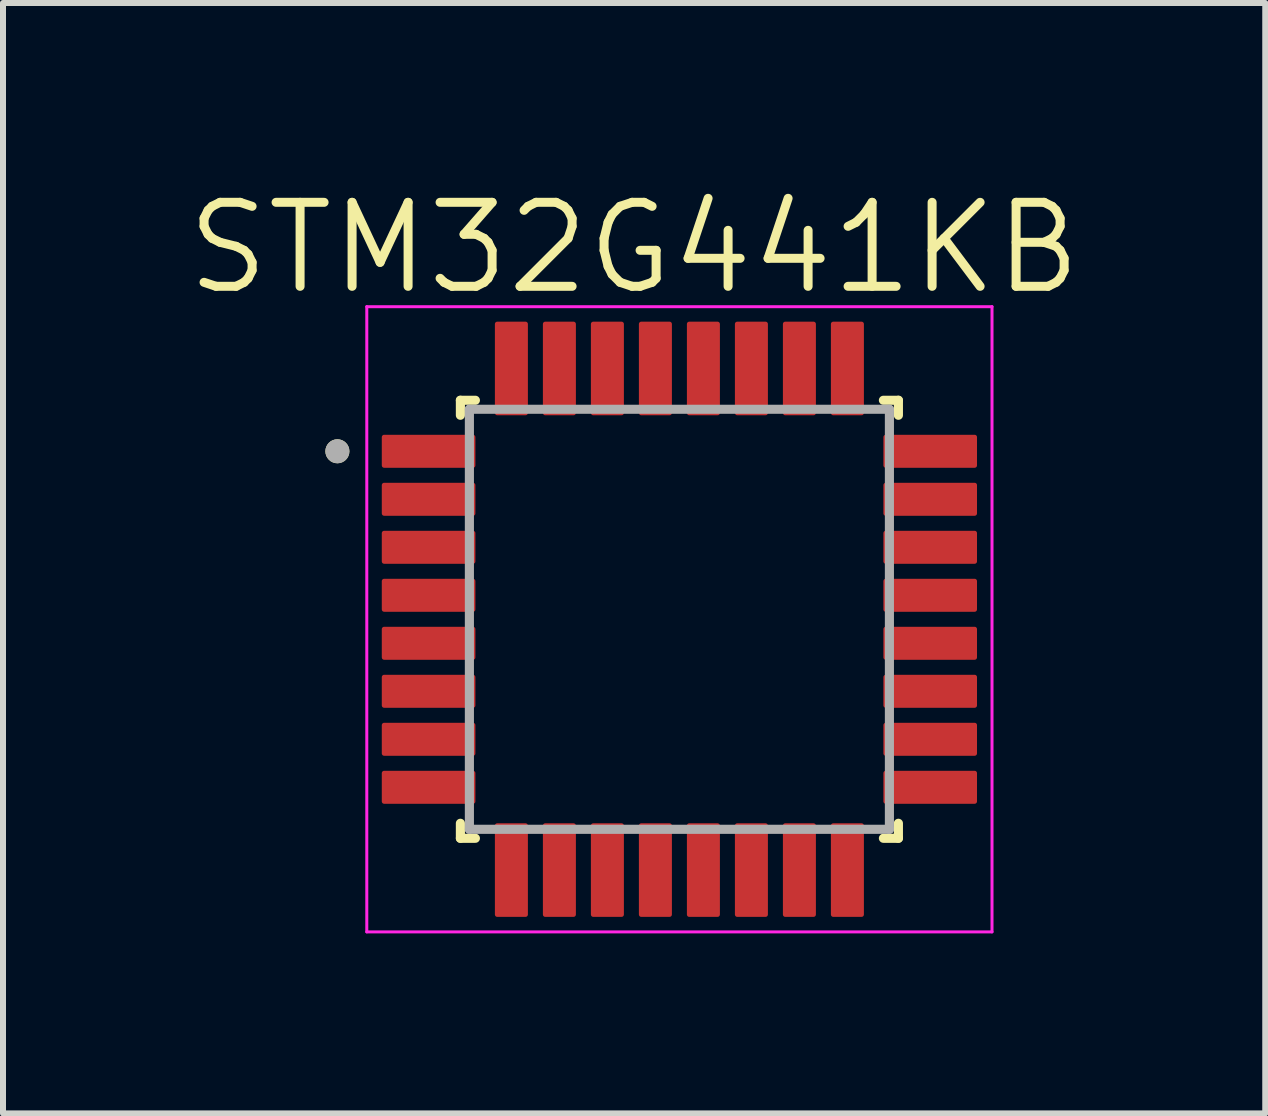
<source format=kicad_pcb>
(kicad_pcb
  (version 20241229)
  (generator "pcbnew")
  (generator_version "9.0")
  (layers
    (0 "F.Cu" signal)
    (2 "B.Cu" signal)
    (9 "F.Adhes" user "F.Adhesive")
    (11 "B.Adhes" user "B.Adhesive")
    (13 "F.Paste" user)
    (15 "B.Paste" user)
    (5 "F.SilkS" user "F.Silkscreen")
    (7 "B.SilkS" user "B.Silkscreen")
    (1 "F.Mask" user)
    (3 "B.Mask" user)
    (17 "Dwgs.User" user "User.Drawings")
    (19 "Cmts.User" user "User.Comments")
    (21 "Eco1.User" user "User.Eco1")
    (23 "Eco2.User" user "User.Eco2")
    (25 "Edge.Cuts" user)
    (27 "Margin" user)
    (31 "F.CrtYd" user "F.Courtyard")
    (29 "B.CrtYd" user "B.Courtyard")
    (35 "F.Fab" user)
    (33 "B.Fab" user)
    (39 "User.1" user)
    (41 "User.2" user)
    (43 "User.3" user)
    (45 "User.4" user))
  (footprint "STM32G441KB"
    (layer "F.Cu")
    (at 8.273 7.271)
    (property "Reference" "STM32G441KB" (at -0.755 -6.189 0) (layer "F.SilkS") (effects (font (size 1.4 1.4) (thickness 0.15))))
    (attr through_hole)
    (fp_line (start -3.65 -3.65) (end -3.4 -3.65) (stroke (width 0.152) (type solid)) (layer "F.SilkS"))
    (fp_line (start -3.65 -3.4) (end -3.65 -3.65) (stroke (width 0.152) (type solid)) (layer "F.SilkS"))
    (fp_line (start -3.65 3.65) (end -3.65 3.4) (stroke (width 0.152) (type solid)) (layer "F.SilkS"))
    (fp_line (start -3.4 3.65) (end -3.65 3.65) (stroke (width 0.152) (type solid)) (layer "F.SilkS"))
    (fp_line (start 3.4 -3.65) (end 3.65 -3.65) (stroke (width 0.152) (type solid)) (layer "F.SilkS"))
    (fp_line (start 3.65 -3.65) (end 3.65 -3.4) (stroke (width 0.152) (type solid)) (layer "F.SilkS"))
    (fp_line (start 3.65 3.4) (end 3.65 3.65) (stroke (width 0.152) (type solid)) (layer "F.SilkS"))
    (fp_line (start 3.65 3.65) (end 3.4 3.65) (stroke (width 0.152) (type solid)) (layer "F.SilkS"))
    (fp_circle (center -5.7 -2.8) (end -5.6 -2.8) (stroke (width 0.2) (type solid)) (fill no) (layer "F.SilkS"))
    (fp_line (start -5.21 -5.21) (end -5.21 5.21) (stroke (width 0.05) (type solid)) (layer "F.CrtYd"))
    (fp_line (start -5.21 5.21) (end 5.21 5.21) (stroke (width 0.05) (type solid)) (layer "F.CrtYd"))
    (fp_line (start 5.21 -5.21) (end -5.21 -5.21) (stroke (width 0.05) (type solid)) (layer "F.CrtYd"))
    (fp_line (start 5.21 5.21) (end 5.21 -5.21) (stroke (width 0.05) (type solid)) (layer "F.CrtYd"))
    (fp_line (start -3.5 -3.5) (end -3.5 3.5) (stroke (width 0.152) (type solid)) (layer "F.Fab"))
    (fp_line (start -3.5 3.5) (end 3.5 3.5) (stroke (width 0.152) (type solid)) (layer "F.Fab"))
    (fp_line (start 3.5 -3.5) (end -3.5 -3.5) (stroke (width 0.152) (type solid)) (layer "F.Fab"))
    (fp_line (start 3.5 3.5) (end 3.5 -3.5) (stroke (width 0.152) (type solid)) (layer "F.Fab"))
    (fp_circle (center -5.7 -2.8) (end -5.6 -2.8) (stroke (width 0.2) (type solid)) (fill no) (layer "F.Fab"))
    (pad "1" smd roundrect (at -4.18 -2.8) (size 1.56 0.55) (layers "F.Cu" "F.Mask" "F.Paste") (roundrect_rratio 0.07))
    (pad "2" smd roundrect (at -4.18 -2) (size 1.56 0.55) (layers "F.Cu" "F.Mask" "F.Paste") (roundrect_rratio 0.07))
    (pad "3" smd roundrect (at -4.18 -1.2) (size 1.56 0.55) (layers "F.Cu" "F.Mask" "F.Paste") (roundrect_rratio 0.07))
    (pad "4" smd roundrect (at -4.18 -0.4) (size 1.56 0.55) (layers "F.Cu" "F.Mask" "F.Paste") (roundrect_rratio 0.07))
    (pad "5" smd roundrect (at -4.18 0.4) (size 1.56 0.55) (layers "F.Cu" "F.Mask" "F.Paste") (roundrect_rratio 0.07))
    (pad "6" smd roundrect (at -4.18 1.2) (size 1.56 0.55) (layers "F.Cu" "F.Mask" "F.Paste") (roundrect_rratio 0.07))
    (pad "7" smd roundrect (at -4.18 2) (size 1.56 0.55) (layers "F.Cu" "F.Mask" "F.Paste") (roundrect_rratio 0.07))
    (pad "8" smd roundrect (at -4.18 2.8) (size 1.56 0.55) (layers "F.Cu" "F.Mask" "F.Paste") (roundrect_rratio 0.07))
    (pad "9" smd roundrect (at -2.8 4.18 90) (size 1.56 0.55) (layers "F.Cu" "F.Mask" "F.Paste") (roundrect_rratio 0.07))
    (pad "10" smd roundrect (at -2 4.18 90) (size 1.56 0.55) (layers "F.Cu" "F.Mask" "F.Paste") (roundrect_rratio 0.07))
    (pad "11" smd roundrect (at -1.2 4.18 90) (size 1.56 0.55) (layers "F.Cu" "F.Mask" "F.Paste") (roundrect_rratio 0.07))
    (pad "12" smd roundrect (at -0.4 4.18 90) (size 1.56 0.55) (layers "F.Cu" "F.Mask" "F.Paste") (roundrect_rratio 0.07))
    (pad "13" smd roundrect (at 0.4 4.18 90) (size 1.56 0.55) (layers "F.Cu" "F.Mask" "F.Paste") (roundrect_rratio 0.07))
    (pad "14" smd roundrect (at 1.2 4.18 90) (size 1.56 0.55) (layers "F.Cu" "F.Mask" "F.Paste") (roundrect_rratio 0.07))
    (pad "15" smd roundrect (at 2 4.18 90) (size 1.56 0.55) (layers "F.Cu" "F.Mask" "F.Paste") (roundrect_rratio 0.07))
    (pad "16" smd roundrect (at 2.8 4.18 90) (size 1.56 0.55) (layers "F.Cu" "F.Mask" "F.Paste") (roundrect_rratio 0.07))
    (pad "17" smd roundrect (at 4.18 2.8 180) (size 1.56 0.55) (layers "F.Cu" "F.Mask" "F.Paste") (roundrect_rratio 0.07))
    (pad "18" smd roundrect (at 4.18 2 180) (size 1.56 0.55) (layers "F.Cu" "F.Mask" "F.Paste") (roundrect_rratio 0.07))
    (pad "19" smd roundrect (at 4.18 1.2 180) (size 1.56 0.55) (layers "F.Cu" "F.Mask" "F.Paste") (roundrect_rratio 0.07))
    (pad "20" smd roundrect (at 4.18 0.4 180) (size 1.56 0.55) (layers "F.Cu" "F.Mask" "F.Paste") (roundrect_rratio 0.07))
    (pad "21" smd roundrect (at 4.18 -0.4 180) (size 1.56 0.55) (layers "F.Cu" "F.Mask" "F.Paste") (roundrect_rratio 0.07))
    (pad "22" smd roundrect (at 4.18 -1.2 180) (size 1.56 0.55) (layers "F.Cu" "F.Mask" "F.Paste") (roundrect_rratio 0.07))
    (pad "23" smd roundrect (at 4.18 -2 180) (size 1.56 0.55) (layers "F.Cu" "F.Mask" "F.Paste") (roundrect_rratio 0.07))
    (pad "24" smd roundrect (at 4.18 -2.8 180) (size 1.56 0.55) (layers "F.Cu" "F.Mask" "F.Paste") (roundrect_rratio 0.07))
    (pad "25" smd roundrect (at 2.8 -4.18 270) (size 1.56 0.55) (layers "F.Cu" "F.Mask" "F.Paste") (roundrect_rratio 0.07))
    (pad "26" smd roundrect (at 2 -4.18 270) (size 1.56 0.55) (layers "F.Cu" "F.Mask" "F.Paste") (roundrect_rratio 0.07))
    (pad "27" smd roundrect (at 1.2 -4.18 270) (size 1.56 0.55) (layers "F.Cu" "F.Mask" "F.Paste") (roundrect_rratio 0.07))
    (pad "28" smd roundrect (at 0.4 -4.18 270) (size 1.56 0.55) (layers "F.Cu" "F.Mask" "F.Paste") (roundrect_rratio 0.07))
    (pad "29" smd roundrect (at -0.4 -4.18 270) (size 1.56 0.55) (layers "F.Cu" "F.Mask" "F.Paste") (roundrect_rratio 0.07))
    (pad "30" smd roundrect (at -1.2 -4.18 270) (size 1.56 0.55) (layers "F.Cu" "F.Mask" "F.Paste") (roundrect_rratio 0.07))
    (pad "31" smd roundrect (at -2 -4.18 270) (size 1.56 0.55) (layers "F.Cu" "F.Mask" "F.Paste") (roundrect_rratio 0.07))
    (pad "32" smd roundrect (at -2.8 -4.18 270) (size 1.56 0.55) (layers "F.Cu" "F.Mask" "F.Paste") (roundrect_rratio 0.07)))
  (gr_rect
    (start -3 -3)
    (end 18.037 15.506)
    (stroke (width 0.1) (type default))
    (fill no)
    (layer "Edge.Cuts")))
</source>
